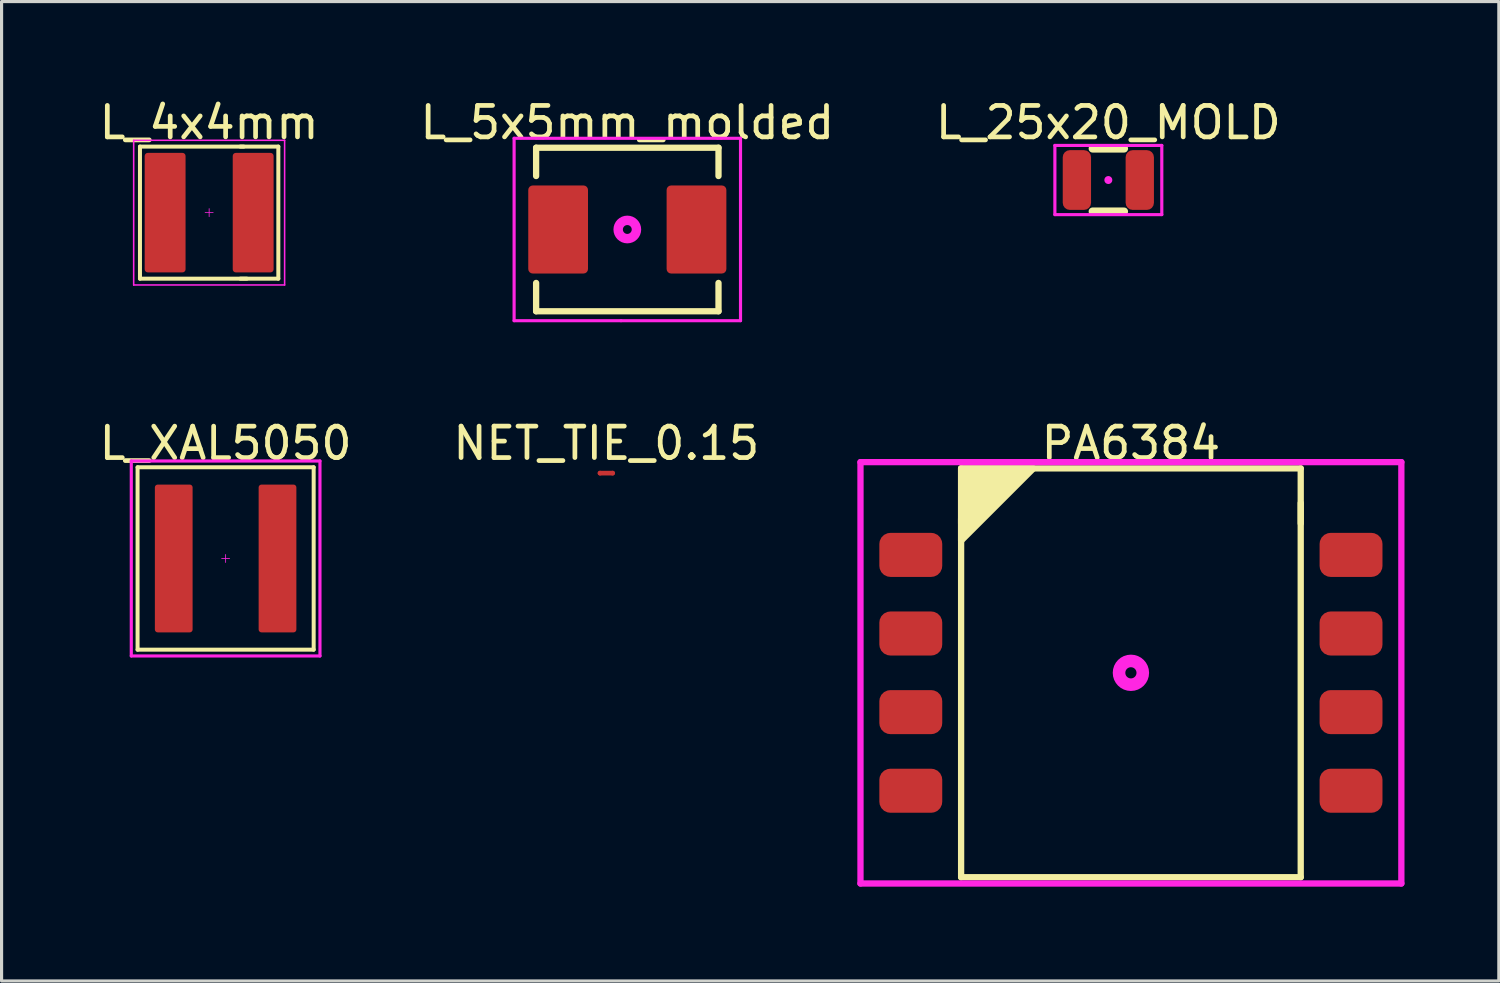
<source format=kicad_pcb>
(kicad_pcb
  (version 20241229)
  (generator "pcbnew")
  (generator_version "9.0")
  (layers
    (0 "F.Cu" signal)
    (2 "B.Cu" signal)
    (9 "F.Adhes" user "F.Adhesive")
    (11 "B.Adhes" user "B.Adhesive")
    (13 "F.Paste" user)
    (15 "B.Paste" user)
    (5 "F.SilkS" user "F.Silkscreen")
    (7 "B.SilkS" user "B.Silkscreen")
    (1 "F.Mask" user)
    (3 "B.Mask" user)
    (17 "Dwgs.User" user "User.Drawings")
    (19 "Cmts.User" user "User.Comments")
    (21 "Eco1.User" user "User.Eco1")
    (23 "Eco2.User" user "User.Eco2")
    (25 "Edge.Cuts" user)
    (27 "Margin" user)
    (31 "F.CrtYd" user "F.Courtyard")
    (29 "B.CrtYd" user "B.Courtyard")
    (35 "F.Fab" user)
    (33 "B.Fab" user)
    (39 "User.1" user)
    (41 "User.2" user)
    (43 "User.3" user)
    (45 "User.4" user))
  (footprint "L_5x5mm_molded"
    (layer "F.Cu")
    (at 16.899 4.248)
    (property "Reference" "L_5x5mm_molded" (at 0 -3.4 0) (layer "F.SilkS") (effects (font (size 1 1) (thickness 0.15))))
    (fp_line (start -2.9 -2.6) (end 2.9 -2.6) (stroke (width 0.2) (type solid)) (layer "F.SilkS"))
    (fp_line (start -2.9 -1.7) (end -2.9 -2.6) (stroke (width 0.2) (type solid)) (layer "F.SilkS"))
    (fp_line (start -2.9 2.6) (end -2.9 1.7) (stroke (width 0.2) (type solid)) (layer "F.SilkS"))
    (fp_line (start -2.9 2.6) (end 2.9 2.6) (stroke (width 0.2) (type solid)) (layer "F.SilkS"))
    (fp_line (start 2.9 -1.7) (end 2.9 -2.6) (stroke (width 0.2) (type solid)) (layer "F.SilkS"))
    (fp_line (start 2.9 2.6) (end 2.9 1.7) (stroke (width 0.2) (type solid)) (layer "F.SilkS"))
    (fp_line (start -3.6 -2.9) (end 3.6 -2.9) (stroke (width 0.1) (type solid)) (layer "F.CrtYd"))
    (fp_line (start -3.6 2.9) (end -3.6 -2.9) (stroke (width 0.1) (type solid)) (layer "F.CrtYd"))
    (fp_line (start -3.6 2.9) (end -0.2 2.9) (stroke (width 0.1) (type solid)) (layer "F.CrtYd"))
    (fp_line (start -0.2 2.9) (end 3.6 2.9) (stroke (width 0.1) (type solid)) (layer "F.CrtYd"))
    (fp_line (start 3.6 2.9) (end 3.6 -2.9) (stroke (width 0.1) (type solid)) (layer "F.CrtYd"))
    (fp_circle (center 0 0) (end 0 -0.141) (stroke (width 0.3) (type solid)) (fill no) (layer "F.CrtYd"))
    (pad "1" smd roundrect (at -2.2 0 90) (size 2.8 1.9) (layers "F.Cu" "F.Mask" "F.Paste") (roundrect_rratio 0.075))
    (pad "2" smd roundrect (at 2.2 0 90) (size 2.8 1.9) (layers "F.Cu" "F.Mask" "F.Paste") (roundrect_rratio 0.075)))
  (footprint "L_XAL5050"
    (layer "F.Cu")
    (at 4.125 14.71)
    (property "Reference" "L_XAL5050" (at 0 -3.663 0) (layer "F.SilkS") (effects (font (size 1 1) (thickness 0.15))))
    (fp_line (start -2.8 -2.9) (end 2.8 -2.9) (stroke (width 0.127) (type solid)) (layer "F.SilkS"))
    (fp_line (start -2.8 2.9) (end -2.8 -2.9) (stroke (width 0.127) (type solid)) (layer "F.SilkS"))
    (fp_line (start -2.8 2.9) (end 2.8 2.9) (stroke (width 0.127) (type solid)) (layer "F.SilkS"))
    (fp_line (start 2.8 2.9) (end 2.8 -2.9) (stroke (width 0.127) (type solid)) (layer "F.SilkS"))
    (fp_line (start -3 -3.1) (end 3 -3.1) (stroke (width 0.1) (type solid)) (layer "F.CrtYd"))
    (fp_line (start -3 3.1) (end -3 -3.1) (stroke (width 0.1) (type solid)) (layer "F.CrtYd"))
    (fp_line (start -3 3.1) (end 3 3.1) (stroke (width 0.1) (type solid)) (layer "F.CrtYd"))
    (fp_line (start -0.127 0) (end 0.127 0) (stroke (width 0.025) (type solid)) (layer "F.CrtYd"))
    (fp_line (start 0 0.127) (end 0 -0.127) (stroke (width 0.025) (type solid)) (layer "F.CrtYd"))
    (fp_line (start 3 3.1) (end 3 -3.1) (stroke (width 0.1) (type solid)) (layer "F.CrtYd"))
    (pad "1" smd roundrect (at -1.65 0 90) (size 4.7 1.2) (layers "F.Cu" "F.Mask" "F.Paste") (roundrect_rratio 0.075))
    (pad "2" smd roundrect (at 1.65 0 90) (size 4.7 1.2) (layers "F.Cu" "F.Mask" "F.Paste") (roundrect_rratio 0.075)))
  (footprint "L_4x4mm"
    (layer "F.Cu")
    (at 3.601 3.712)
    (property "Reference" "L_4x4mm" (at 0 -2.864 0) (layer "F.SilkS") (effects (font (size 1 1) (thickness 0.15))))
    (fp_line (start -2.2 -2.1) (end 1.1 -2.1) (stroke (width 0.127) (type solid)) (layer "F.SilkS"))
    (fp_line (start -2.2 2.1) (end -2.2 -2.1) (stroke (width 0.127) (type solid)) (layer "F.SilkS"))
    (fp_line (start -2.2 2.1) (end 1.2 2.1) (stroke (width 0.127) (type solid)) (layer "F.SilkS"))
    (fp_line (start 0.991 2.1) (end 2.2 2.1) (stroke (width 0.127) (type solid)) (layer "F.SilkS"))
    (fp_line (start 0.991 -2.1) (end 2.2 -2.1) (stroke (width 0.127) (type solid)) (layer "F.SilkS"))
    (fp_line (start 2.2 2.1) (end 2.2 -2.1) (stroke (width 0.127) (type solid)) (layer "F.SilkS"))
    (fp_line (start -2.4 -2.3) (end 2.4 -2.3) (stroke (width 0.05) (type default)) (layer "F.CrtYd"))
    (fp_line (start -2.4 2.3) (end -2.4 -2.3) (stroke (width 0.05) (type default)) (layer "F.CrtYd"))
    (fp_line (start -0.127 0) (end 0.127 0) (stroke (width 0.025) (type solid)) (layer "F.CrtYd"))
    (fp_line (start 0 0.127) (end 0 -0.127) (stroke (width 0.025) (type solid)) (layer "F.CrtYd"))
    (fp_line (start 2.4 -2.3) (end 2.4 2.3) (stroke (width 0.05) (type default)) (layer "F.CrtYd"))
    (fp_line (start 2.4 2.3) (end -2.4 2.3) (stroke (width 0.05) (type default)) (layer "F.CrtYd"))
    (pad "1" smd roundrect (at -1.4 0 90) (size 3.8 1.3) (layers "F.Cu" "F.Mask" "F.Paste") (roundrect_rratio 0.075))
    (pad "2" smd roundrect (at 1.4 0 90) (size 3.8 1.3) (layers "F.Cu" "F.Mask" "F.Paste") (roundrect_rratio 0.075)))
  (footprint "NET_TIE_0.15"
    (layer "F.Cu")
    (at 16.232 11.996)
    (property "Reference" "NET_TIE_0.15" (at 0 -0.95 0) (layer "F.SilkS") (effects (font (size 1 1) (thickness 0.15))))
    (fp_line (start -0.2 0) (end 0.2 0) (stroke (width 0.15) (type solid)) (layer "F.Cu"))
    (pad "1" smd circle (at -0.2 0) (size 0.15 0.15) (layers "F.Cu" "F.Paste"))
    (pad "2" smd circle (at 0.2 0 180) (size 0.15 0.15) (layers "F.Cu" "F.Paste")))
  (footprint "PA6384"
    (layer "F.Cu")
    (at 32.914 18.346)
    (property "Reference" "PA6384" (at 0 -7.3 0) (layer "F.SilkS") (effects (font (size 1 1) (thickness 0.15))))
    (fp_line (start -5.4 -6.5) (end 5.4 -6.5) (stroke (width 0.2) (type solid)) (layer "F.SilkS"))
    (fp_line (start -5.4 -4.75) (end -5.4 -6.5) (stroke (width 0.2) (type solid)) (layer "F.SilkS"))
    (fp_line (start -5.4 6.5) (end -5.4 -4.9) (stroke (width 0.2) (type solid)) (layer "F.SilkS"))
    (fp_line (start -5.4 6.5) (end 5.4 6.5) (stroke (width 0.2) (type solid)) (layer "F.SilkS"))
    (fp_line (start 5.4 -4.75) (end 5.4 -6.5) (stroke (width 0.2) (type solid)) (layer "F.SilkS"))
    (fp_line (start 5.4 6.5) (end 5.4 -5.4) (stroke (width 0.2) (type solid)) (layer "F.SilkS"))
    (fp_poly (pts (xy -5.4 -6.5) (xy -3.1 -6.5) (xy -5.4 -4.2)) (stroke (width 0.2) (type solid)) (fill yes) (layer "F.SilkS"))
    (fp_line (start -8.6 -6.7) (end 8.6 -6.7) (stroke (width 0.2) (type solid)) (layer "F.CrtYd"))
    (fp_line (start -8.6 6.7) (end -8.6 -6.7) (stroke (width 0.2) (type solid)) (layer "F.CrtYd"))
    (fp_line (start -8.6 6.7) (end 8.6 6.7) (stroke (width 0.2) (type solid)) (layer "F.CrtYd"))
    (fp_line (start 8.6 6.7) (end 8.6 -6.7) (stroke (width 0.2) (type solid)) (layer "F.CrtYd"))
    (fp_circle (center 0 0) (end 0 -0.178) (stroke (width 0.4) (type solid)) (fill no) (layer "F.CrtYd"))
    (pad "1" smd roundrect (at -7 -3.75) (size 2 1.4) (layers "F.Cu" "F.Mask" "F.Paste") (roundrect_rratio 0.25))
    (pad "2" smd roundrect (at -7 -1.25) (size 2 1.4) (layers "F.Cu" "F.Mask" "F.Paste") (roundrect_rratio 0.25))
    (pad "3" smd roundrect (at -7 1.25) (size 2 1.4) (layers "F.Cu" "F.Mask" "F.Paste") (roundrect_rratio 0.25))
    (pad "4" smd roundrect (at -7 3.75) (size 2 1.4) (layers "F.Cu" "F.Mask" "F.Paste") (roundrect_rratio 0.25))
    (pad "5" smd roundrect (at 7 3.75) (size 2 1.4) (layers "F.Cu" "F.Mask" "F.Paste") (roundrect_rratio 0.25))
    (pad "6" smd roundrect (at 7 1.25) (size 2 1.4) (layers "F.Cu" "F.Mask" "F.Paste") (roundrect_rratio 0.25))
    (pad "7" smd roundrect (at 7 -1.25) (size 2 1.4) (layers "F.Cu" "F.Mask" "F.Paste") (roundrect_rratio 0.25))
    (pad "8" smd roundrect (at 7 -3.75) (size 2 1.4) (layers "F.Cu" "F.Mask" "F.Paste") (roundrect_rratio 0.25)))
  (footprint "L_25x20_MOLD"
    (layer "F.Cu")
    (at 32.196 2.675)
    (property "Reference" "L_25x20_MOLD" (at 0 -1.827 0) (layer "F.SilkS") (effects (font (size 1 1) (thickness 0.15))))
    (fp_line (start -0.5 -1) (end 0.5 -1) (stroke (width 0.254) (type solid)) (layer "F.SilkS"))
    (fp_line (start -0.5 1) (end 0.5 1) (stroke (width 0.254) (type solid)) (layer "F.SilkS"))
    (fp_line (start -1.7 -1.1) (end 1.7 -1.1) (stroke (width 0.1) (type solid)) (layer "F.CrtYd"))
    (fp_line (start -1.7 1.1) (end -1.7 -1.1) (stroke (width 0.1) (type solid)) (layer "F.CrtYd"))
    (fp_line (start -1.7 1.1) (end 1.7 1.1) (stroke (width 0.1) (type solid)) (layer "F.CrtYd"))
    (fp_line (start 1.7 1.1) (end 1.7 -1.1) (stroke (width 0.1) (type solid)) (layer "F.CrtYd"))
    (fp_circle (center 0 0) (end 0 -0.064) (stroke (width 0.127) (type solid)) (fill no) (layer "F.CrtYd"))
    (pad "1" smd roundrect (at -1 0) (size 0.9 1.9) (layers "F.Cu" "F.Mask" "F.Paste") (roundrect_rratio 0.25))
    (pad "2" smd roundrect (at 1 0) (size 0.9 1.9) (layers "F.Cu" "F.Mask" "F.Paste") (roundrect_rratio 0.25)))
  (gr_rect
    (start -3 -3)
    (end 44.614 28.146)
    (stroke (width 0.1) (type default))
    (fill no)
    (layer "Edge.Cuts")))
</source>
